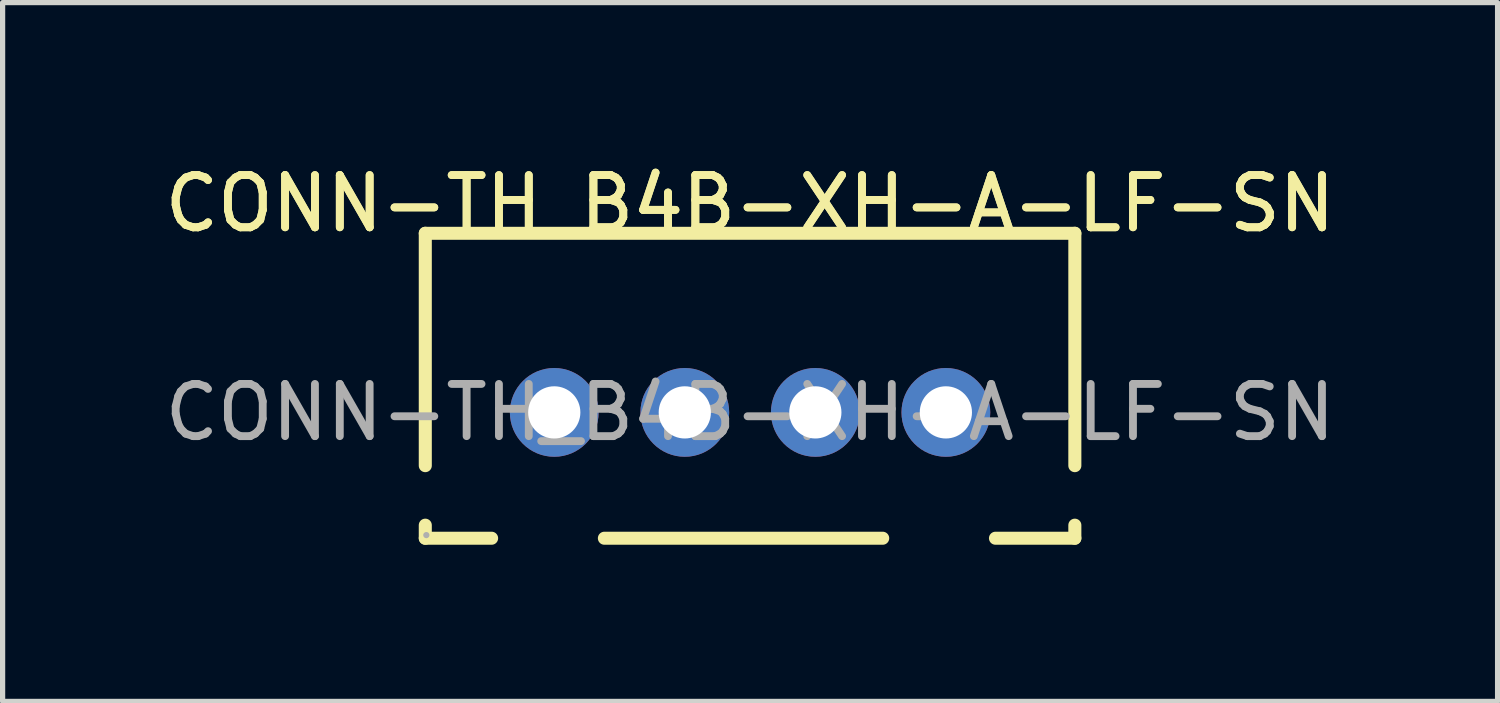
<source format=kicad_pcb>
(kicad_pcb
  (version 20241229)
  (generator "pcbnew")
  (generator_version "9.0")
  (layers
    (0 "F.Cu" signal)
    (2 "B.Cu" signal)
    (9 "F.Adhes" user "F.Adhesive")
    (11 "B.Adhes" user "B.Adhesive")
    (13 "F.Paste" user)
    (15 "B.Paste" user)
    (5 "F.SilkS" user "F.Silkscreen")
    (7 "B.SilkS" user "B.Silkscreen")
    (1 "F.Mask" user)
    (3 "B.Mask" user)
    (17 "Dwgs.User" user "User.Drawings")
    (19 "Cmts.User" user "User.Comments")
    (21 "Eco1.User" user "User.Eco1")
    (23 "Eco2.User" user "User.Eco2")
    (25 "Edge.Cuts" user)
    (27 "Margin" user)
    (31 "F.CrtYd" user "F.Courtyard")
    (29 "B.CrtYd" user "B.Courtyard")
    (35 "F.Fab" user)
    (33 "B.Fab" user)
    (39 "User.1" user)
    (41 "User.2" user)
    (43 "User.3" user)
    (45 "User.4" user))
  (footprint "CONN-TH_B4B-XH-A-LF-SN"
    (layer "F.Cu")
    (at 11.315 4.848)
    (property "Reference" "CONN-TH_B4B-XH-A-LF-SN" (at 0 -4 0) (layer "F.SilkS") (effects (font (size 1 1) (thickness 0.15))))
    (attr through_hole)
    (fp_line (start -6.22 -3.43) (end -6.22 1.02) (stroke (width 0.25) (type solid)) (layer "F.SilkS"))
    (fp_line (start -6.22 2.16) (end -6.22 2.41) (stroke (width 0.25) (type solid)) (layer "F.SilkS"))
    (fp_line (start -6.22 2.41) (end -4.95 2.41) (stroke (width 0.25) (type solid)) (layer "F.SilkS"))
    (fp_line (start -2.79 2.41) (end 2.54 2.41) (stroke (width 0.25) (type solid)) (layer "F.SilkS"))
    (fp_line (start 4.7 2.41) (end 6.22 2.41) (stroke (width 0.25) (type solid)) (layer "F.SilkS"))
    (fp_line (start 6.22 -3.43) (end -6.22 -3.43) (stroke (width 0.25) (type solid)) (layer "F.SilkS"))
    (fp_line (start 6.22 -3.43) (end 6.22 1.02) (stroke (width 0.25) (type solid)) (layer "F.SilkS"))
    (fp_line (start 6.22 2.41) (end 6.22 2.16) (stroke (width 0.25) (type solid)) (layer "F.SilkS"))
    (fp_circle (center -6.2 2.35) (end -6.17 2.35) (stroke (width 0.06) (type solid)) (fill no) (layer "F.Fab"))
    (fp_text user "${REFERENCE}" (at 0 -4 0) (layer "F.SilkS") (effects (font (size 1 1) (thickness 0.15))))
    (fp_text user "${REFERENCE}" (at 0 0 0) (layer "F.Fab") (effects (font (size 1 1) (thickness 0.15))))
    (pad "1" thru_hole circle (at 3.75 0) (size 1.7 1.7) (drill 1) (layers "*.Cu" "*.Mask"))
    (pad "2" thru_hole circle (at 1.25 0) (size 1.7 1.7) (drill 1) (layers "*.Cu" "*.Mask"))
    (pad "3" thru_hole circle (at -1.25 0) (size 1.7 1.7) (drill 1) (layers "*.Cu" "*.Mask"))
    (pad "4" thru_hole circle (at -3.75 0) (size 1.7 1.7) (drill 1) (layers "*.Cu" "*.Mask")))
  (gr_rect
    (start -3 -3)
    (end 25.631 10.383)
    (stroke (width 0.1) (type default))
    (fill no)
    (layer "Edge.Cuts")))
</source>
